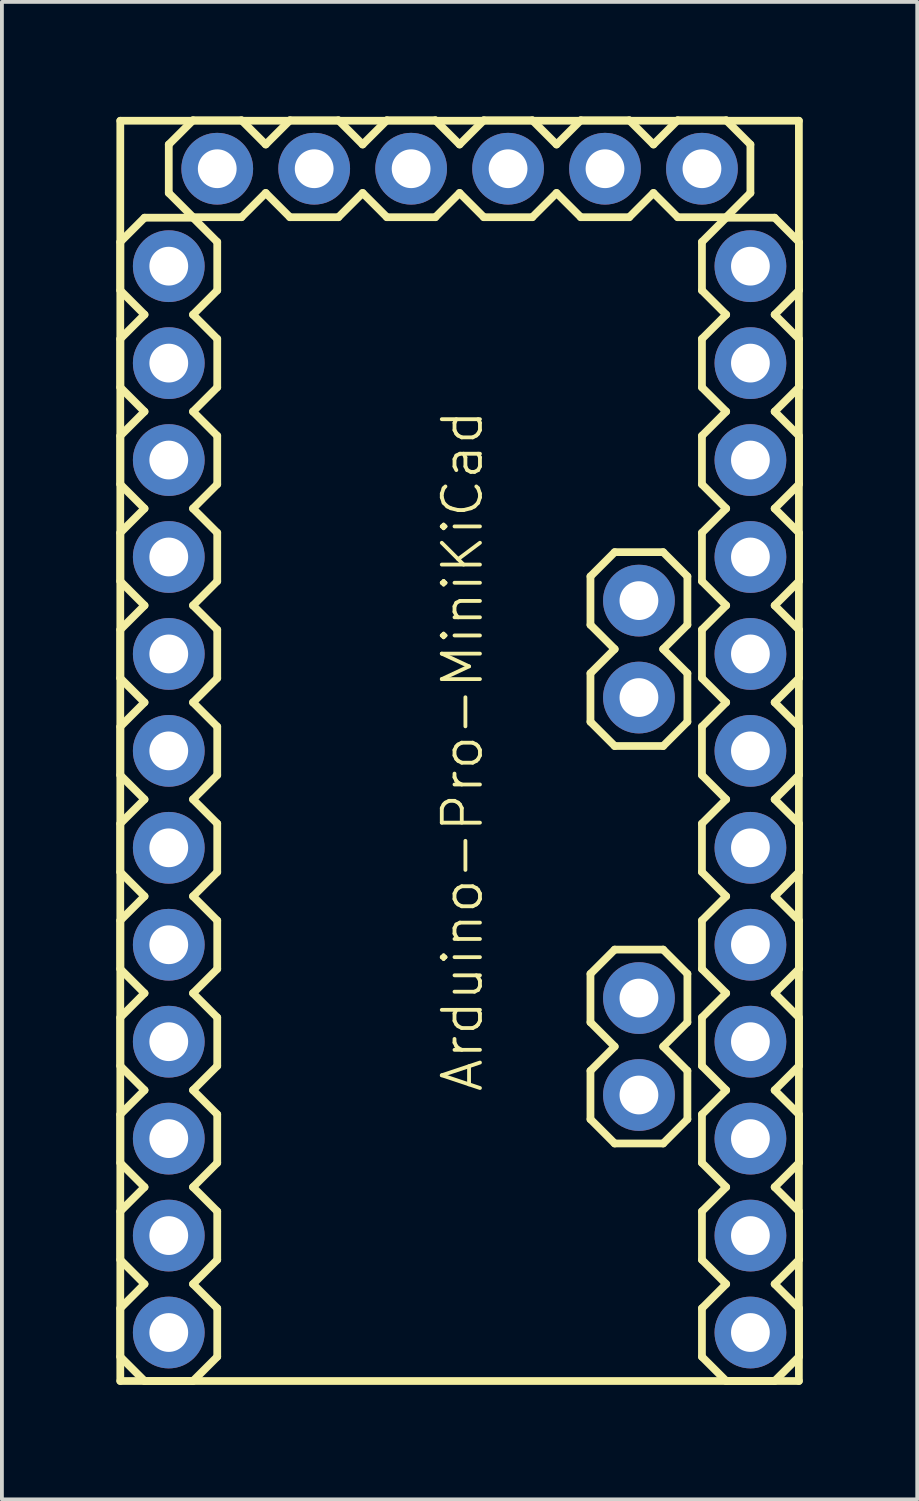
<source format=kicad_pcb>
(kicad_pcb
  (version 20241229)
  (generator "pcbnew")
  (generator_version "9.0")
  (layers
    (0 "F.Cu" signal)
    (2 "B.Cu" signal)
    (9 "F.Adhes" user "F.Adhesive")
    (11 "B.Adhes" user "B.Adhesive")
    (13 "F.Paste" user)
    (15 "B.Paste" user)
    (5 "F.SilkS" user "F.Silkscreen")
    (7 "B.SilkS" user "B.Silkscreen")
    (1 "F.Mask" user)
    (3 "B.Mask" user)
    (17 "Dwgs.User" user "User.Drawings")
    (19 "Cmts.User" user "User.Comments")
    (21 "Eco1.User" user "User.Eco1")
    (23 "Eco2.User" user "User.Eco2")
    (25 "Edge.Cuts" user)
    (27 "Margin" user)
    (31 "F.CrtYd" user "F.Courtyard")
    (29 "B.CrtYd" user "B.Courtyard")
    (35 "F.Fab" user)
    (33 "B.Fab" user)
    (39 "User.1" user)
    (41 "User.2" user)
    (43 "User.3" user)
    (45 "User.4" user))
  (footprint "Arduino-Pro-MiniKiCad"
    (layer "F.Cu")
    (at 8.992 16.624)
    (property "Reference" "Arduino-Pro-MiniKiCad" (at 0.076 0 90) (layer "F.SilkS") (effects (font (size 1 1) (thickness 0.1))))
    (attr through_hole)
    (fp_line (start -8.89 -16.51) (end -8.89 16.51) (stroke (width 0.203) (type solid)) (layer "F.SilkS"))
    (fp_line (start -8.89 16.51) (end 8.89 16.51) (stroke (width 0.203) (type solid)) (layer "F.SilkS"))
    (fp_line (start -8.89 -13.335) (end -8.255 -13.97) (stroke (width 0.203) (type solid)) (layer "F.SilkS"))
    (fp_line (start -8.89 -12.065) (end -8.89 -13.335) (stroke (width 0.203) (type solid)) (layer "F.SilkS"))
    (fp_line (start -8.89 -12.065) (end -8.255 -11.43) (stroke (width 0.203) (type solid)) (layer "F.SilkS"))
    (fp_line (start -8.89 -10.795) (end -8.255 -11.43) (stroke (width 0.203) (type solid)) (layer "F.SilkS"))
    (fp_line (start -8.89 -9.525) (end -8.89 -10.795) (stroke (width 0.203) (type solid)) (layer "F.SilkS"))
    (fp_line (start -8.89 -9.525) (end -8.255 -8.89) (stroke (width 0.203) (type solid)) (layer "F.SilkS"))
    (fp_line (start -8.89 -8.255) (end -8.255 -8.89) (stroke (width 0.203) (type solid)) (layer "F.SilkS"))
    (fp_line (start -8.89 -6.985) (end -8.89 -8.255) (stroke (width 0.203) (type solid)) (layer "F.SilkS"))
    (fp_line (start -8.89 -6.985) (end -8.255 -6.35) (stroke (width 0.203) (type solid)) (layer "F.SilkS"))
    (fp_line (start -8.89 -5.715) (end -8.255 -6.35) (stroke (width 0.203) (type solid)) (layer "F.SilkS"))
    (fp_line (start -8.89 -4.445) (end -8.89 -5.715) (stroke (width 0.203) (type solid)) (layer "F.SilkS"))
    (fp_line (start -8.89 -4.445) (end -8.255 -3.81) (stroke (width 0.203) (type solid)) (layer "F.SilkS"))
    (fp_line (start -8.89 -3.175) (end -8.255 -3.81) (stroke (width 0.203) (type solid)) (layer "F.SilkS"))
    (fp_line (start -8.89 -1.905) (end -8.89 -3.175) (stroke (width 0.203) (type solid)) (layer "F.SilkS"))
    (fp_line (start -8.89 -1.905) (end -8.255 -1.27) (stroke (width 0.203) (type solid)) (layer "F.SilkS"))
    (fp_line (start -8.89 -0.635) (end -8.255 -1.27) (stroke (width 0.203) (type solid)) (layer "F.SilkS"))
    (fp_line (start -8.89 0.635) (end -8.89 -0.635) (stroke (width 0.203) (type solid)) (layer "F.SilkS"))
    (fp_line (start -8.89 0.635) (end -8.255 1.27) (stroke (width 0.203) (type solid)) (layer "F.SilkS"))
    (fp_line (start -8.89 1.905) (end -8.255 1.27) (stroke (width 0.203) (type solid)) (layer "F.SilkS"))
    (fp_line (start -8.89 3.175) (end -8.89 1.905) (stroke (width 0.203) (type solid)) (layer "F.SilkS"))
    (fp_line (start -8.89 4.445) (end -8.255 3.81) (stroke (width 0.203) (type solid)) (layer "F.SilkS"))
    (fp_line (start -8.89 5.715) (end -8.89 4.445) (stroke (width 0.203) (type solid)) (layer "F.SilkS"))
    (fp_line (start -8.89 6.985) (end -8.255 6.35) (stroke (width 0.203) (type solid)) (layer "F.SilkS"))
    (fp_line (start -8.89 8.255) (end -8.89 6.985) (stroke (width 0.203) (type solid)) (layer "F.SilkS"))
    (fp_line (start -8.89 8.255) (end -8.255 8.89) (stroke (width 0.203) (type solid)) (layer "F.SilkS"))
    (fp_line (start -8.89 9.525) (end -8.255 8.89) (stroke (width 0.203) (type solid)) (layer "F.SilkS"))
    (fp_line (start -8.89 10.795) (end -8.89 9.525) (stroke (width 0.203) (type solid)) (layer "F.SilkS"))
    (fp_line (start -8.89 12.065) (end -8.255 11.43) (stroke (width 0.203) (type solid)) (layer "F.SilkS"))
    (fp_line (start -8.89 13.335) (end -8.89 12.065) (stroke (width 0.203) (type solid)) (layer "F.SilkS"))
    (fp_line (start -8.89 14.605) (end -8.255 13.97) (stroke (width 0.203) (type solid)) (layer "F.SilkS"))
    (fp_line (start -8.89 15.875) (end -8.89 14.605) (stroke (width 0.203) (type solid)) (layer "F.SilkS"))
    (fp_line (start -8.89 15.875) (end -8.255 16.51) (stroke (width 0.203) (type solid)) (layer "F.SilkS"))
    (fp_line (start -8.255 -13.97) (end -6.985 -13.97) (stroke (width 0.203) (type solid)) (layer "F.SilkS"))
    (fp_line (start -8.255 3.81) (end -8.89 3.175) (stroke (width 0.203) (type solid)) (layer "F.SilkS"))
    (fp_line (start -8.255 6.35) (end -8.89 5.715) (stroke (width 0.203) (type solid)) (layer "F.SilkS"))
    (fp_line (start -8.255 11.43) (end -8.89 10.795) (stroke (width 0.203) (type solid)) (layer "F.SilkS"))
    (fp_line (start -8.255 13.97) (end -8.89 13.335) (stroke (width 0.203) (type solid)) (layer "F.SilkS"))
    (fp_line (start -8.255 16.51) (end -6.985 16.51) (stroke (width 0.203) (type solid)) (layer "F.SilkS"))
    (fp_line (start -7.62 -15.888) (end -7.62 -14.618) (stroke (width 0.203) (type solid)) (layer "F.SilkS"))
    (fp_line (start -7.62 -14.618) (end -6.985 -13.983) (stroke (width 0.203) (type solid)) (layer "F.SilkS"))
    (fp_line (start -6.985 -16.523) (end -7.62 -15.888) (stroke (width 0.203) (type solid)) (layer "F.SilkS"))
    (fp_line (start -6.985 -16.523) (end -5.715 -16.523) (stroke (width 0.203) (type solid)) (layer "F.SilkS"))
    (fp_line (start -6.985 -13.97) (end -6.35 -13.335) (stroke (width 0.203) (type solid)) (layer "F.SilkS"))
    (fp_line (start -6.985 -11.43) (end -6.35 -12.065) (stroke (width 0.203) (type solid)) (layer "F.SilkS"))
    (fp_line (start -6.985 -11.43) (end -6.35 -10.795) (stroke (width 0.203) (type solid)) (layer "F.SilkS"))
    (fp_line (start -6.985 -8.89) (end -6.35 -9.525) (stroke (width 0.203) (type solid)) (layer "F.SilkS"))
    (fp_line (start -6.985 -8.89) (end -6.35 -8.255) (stroke (width 0.203) (type solid)) (layer "F.SilkS"))
    (fp_line (start -6.985 -6.35) (end -6.35 -6.985) (stroke (width 0.203) (type solid)) (layer "F.SilkS"))
    (fp_line (start -6.985 -6.35) (end -6.35 -5.715) (stroke (width 0.203) (type solid)) (layer "F.SilkS"))
    (fp_line (start -6.985 -3.81) (end -6.35 -4.445) (stroke (width 0.203) (type solid)) (layer "F.SilkS"))
    (fp_line (start -6.985 -3.81) (end -6.35 -3.175) (stroke (width 0.203) (type solid)) (layer "F.SilkS"))
    (fp_line (start -6.985 -1.27) (end -6.35 -1.905) (stroke (width 0.203) (type solid)) (layer "F.SilkS"))
    (fp_line (start -6.985 -1.27) (end -6.35 -0.635) (stroke (width 0.203) (type solid)) (layer "F.SilkS"))
    (fp_line (start -6.985 1.27) (end -6.35 0.635) (stroke (width 0.203) (type solid)) (layer "F.SilkS"))
    (fp_line (start -6.985 1.27) (end -6.35 1.905) (stroke (width 0.203) (type solid)) (layer "F.SilkS"))
    (fp_line (start -6.985 3.81) (end -6.35 4.445) (stroke (width 0.203) (type solid)) (layer "F.SilkS"))
    (fp_line (start -6.985 6.35) (end -6.35 6.985) (stroke (width 0.203) (type solid)) (layer "F.SilkS"))
    (fp_line (start -6.985 8.89) (end -6.35 8.255) (stroke (width 0.203) (type solid)) (layer "F.SilkS"))
    (fp_line (start -6.985 8.89) (end -6.35 9.525) (stroke (width 0.203) (type solid)) (layer "F.SilkS"))
    (fp_line (start -6.985 11.43) (end -6.35 12.065) (stroke (width 0.203) (type solid)) (layer "F.SilkS"))
    (fp_line (start -6.985 13.97) (end -6.35 14.605) (stroke (width 0.203) (type solid)) (layer "F.SilkS"))
    (fp_line (start -6.985 16.51) (end -6.35 15.875) (stroke (width 0.203) (type solid)) (layer "F.SilkS"))
    (fp_line (start -6.35 -13.335) (end -6.35 -12.065) (stroke (width 0.203) (type solid)) (layer "F.SilkS"))
    (fp_line (start -6.35 -10.795) (end -6.35 -9.525) (stroke (width 0.203) (type solid)) (layer "F.SilkS"))
    (fp_line (start -6.35 -8.255) (end -6.35 -6.985) (stroke (width 0.203) (type solid)) (layer "F.SilkS"))
    (fp_line (start -6.35 -5.715) (end -6.35 -4.445) (stroke (width 0.203) (type solid)) (layer "F.SilkS"))
    (fp_line (start -6.35 -3.175) (end -6.35 -1.905) (stroke (width 0.203) (type solid)) (layer "F.SilkS"))
    (fp_line (start -6.35 -0.635) (end -6.35 0.635) (stroke (width 0.203) (type solid)) (layer "F.SilkS"))
    (fp_line (start -6.35 1.905) (end -6.35 3.175) (stroke (width 0.203) (type solid)) (layer "F.SilkS"))
    (fp_line (start -6.35 3.175) (end -6.985 3.81) (stroke (width 0.203) (type solid)) (layer "F.SilkS"))
    (fp_line (start -6.35 4.445) (end -6.35 5.715) (stroke (width 0.203) (type solid)) (layer "F.SilkS"))
    (fp_line (start -6.35 5.715) (end -6.985 6.35) (stroke (width 0.203) (type solid)) (layer "F.SilkS"))
    (fp_line (start -6.35 6.985) (end -6.35 8.255) (stroke (width 0.203) (type solid)) (layer "F.SilkS"))
    (fp_line (start -6.35 9.525) (end -6.35 10.795) (stroke (width 0.203) (type solid)) (layer "F.SilkS"))
    (fp_line (start -6.35 10.795) (end -6.985 11.43) (stroke (width 0.203) (type solid)) (layer "F.SilkS"))
    (fp_line (start -6.35 12.065) (end -6.35 13.335) (stroke (width 0.203) (type solid)) (layer "F.SilkS"))
    (fp_line (start -6.35 13.335) (end -6.985 13.97) (stroke (width 0.203) (type solid)) (layer "F.SilkS"))
    (fp_line (start -6.35 14.605) (end -6.35 15.875) (stroke (width 0.203) (type solid)) (layer "F.SilkS"))
    (fp_line (start -5.715 -16.523) (end -5.08 -15.888) (stroke (width 0.203) (type solid)) (layer "F.SilkS"))
    (fp_line (start -5.715 -13.983) (end -6.985 -13.983) (stroke (width 0.203) (type solid)) (layer "F.SilkS"))
    (fp_line (start -5.08 -15.888) (end -4.445 -16.523) (stroke (width 0.203) (type solid)) (layer "F.SilkS"))
    (fp_line (start -5.08 -14.618) (end -5.715 -13.983) (stroke (width 0.203) (type solid)) (layer "F.SilkS"))
    (fp_line (start -4.445 -16.523) (end -3.175 -16.523) (stroke (width 0.203) (type solid)) (layer "F.SilkS"))
    (fp_line (start -4.445 -13.983) (end -5.08 -14.618) (stroke (width 0.203) (type solid)) (layer "F.SilkS"))
    (fp_line (start -3.175 -16.523) (end -2.54 -15.888) (stroke (width 0.203) (type solid)) (layer "F.SilkS"))
    (fp_line (start -3.175 -13.983) (end -4.445 -13.983) (stroke (width 0.203) (type solid)) (layer "F.SilkS"))
    (fp_line (start -2.54 -15.888) (end -1.905 -16.523) (stroke (width 0.203) (type solid)) (layer "F.SilkS"))
    (fp_line (start -2.54 -14.618) (end -3.175 -13.983) (stroke (width 0.203) (type solid)) (layer "F.SilkS"))
    (fp_line (start -1.905 -16.523) (end -0.635 -16.523) (stroke (width 0.203) (type solid)) (layer "F.SilkS"))
    (fp_line (start -1.905 -13.983) (end -2.54 -14.618) (stroke (width 0.203) (type solid)) (layer "F.SilkS"))
    (fp_line (start -0.635 -16.523) (end 0.000015 -15.888) (stroke (width 0.203) (type solid)) (layer "F.SilkS"))
    (fp_line (start -0.635 -13.983) (end -1.905 -13.983) (stroke (width 0.203) (type solid)) (layer "F.SilkS"))
    (fp_line (start 0.000015 -14.618) (end -0.635 -13.983) (stroke (width 0.203) (type solid)) (layer "F.SilkS"))
    (fp_line (start 0.000015 -14.618) (end 0.635 -13.983) (stroke (width 0.203) (type solid)) (layer "F.SilkS"))
    (fp_line (start 0.635 -16.523) (end 0.000015 -15.888) (stroke (width 0.203) (type solid)) (layer "F.SilkS"))
    (fp_line (start 0.635 -16.523) (end 1.905 -16.523) (stroke (width 0.203) (type solid)) (layer "F.SilkS"))
    (fp_line (start 1.905 -16.523) (end 2.54 -15.888) (stroke (width 0.203) (type solid)) (layer "F.SilkS"))
    (fp_line (start 1.905 -13.983) (end 0.635 -13.983) (stroke (width 0.203) (type solid)) (layer "F.SilkS"))
    (fp_line (start 2.54 -15.888) (end 3.175 -16.523) (stroke (width 0.203) (type solid)) (layer "F.SilkS"))
    (fp_line (start 2.54 -14.618) (end 1.905 -13.983) (stroke (width 0.203) (type solid)) (layer "F.SilkS"))
    (fp_line (start 3.175 -16.523) (end 4.445 -16.523) (stroke (width 0.203) (type solid)) (layer "F.SilkS"))
    (fp_line (start 3.175 -13.983) (end 2.54 -14.618) (stroke (width 0.203) (type solid)) (layer "F.SilkS"))
    (fp_line (start 3.429 -4.572) (end 4.064 -5.207) (stroke (width 0.203) (type solid)) (layer "F.SilkS"))
    (fp_line (start 3.429 -3.302) (end 3.429 -4.572) (stroke (width 0.203) (type solid)) (layer "F.SilkS"))
    (fp_line (start 3.429 -2.032) (end 4.064 -2.667) (stroke (width 0.203) (type solid)) (layer "F.SilkS"))
    (fp_line (start 3.429 -0.762) (end 3.429 -2.032) (stroke (width 0.203) (type solid)) (layer "F.SilkS"))
    (fp_line (start 3.429 -0.762) (end 4.064 -0.127) (stroke (width 0.203) (type solid)) (layer "F.SilkS"))
    (fp_line (start 3.429 5.842) (end 4.064 5.207) (stroke (width 0.203) (type solid)) (layer "F.SilkS"))
    (fp_line (start 3.429 7.112) (end 3.429 5.842) (stroke (width 0.203) (type solid)) (layer "F.SilkS"))
    (fp_line (start 3.429 8.382) (end 4.064 7.747) (stroke (width 0.203) (type solid)) (layer "F.SilkS"))
    (fp_line (start 3.429 9.652) (end 3.429 8.382) (stroke (width 0.203) (type solid)) (layer "F.SilkS"))
    (fp_line (start 3.429 9.652) (end 4.064 10.287) (stroke (width 0.203) (type solid)) (layer "F.SilkS"))
    (fp_line (start 4.064 -5.207) (end 5.334 -5.207) (stroke (width 0.203) (type solid)) (layer "F.SilkS"))
    (fp_line (start 4.064 -2.667) (end 3.429 -3.302) (stroke (width 0.203) (type solid)) (layer "F.SilkS"))
    (fp_line (start 4.064 -0.127) (end 5.334 -0.127) (stroke (width 0.203) (type solid)) (layer "F.SilkS"))
    (fp_line (start 4.064 5.207) (end 5.334 5.207) (stroke (width 0.203) (type solid)) (layer "F.SilkS"))
    (fp_line (start 4.064 7.747) (end 3.429 7.112) (stroke (width 0.203) (type solid)) (layer "F.SilkS"))
    (fp_line (start 4.064 10.287) (end 5.334 10.287) (stroke (width 0.203) (type solid)) (layer "F.SilkS"))
    (fp_line (start 4.445 -16.523) (end 5.08 -15.888) (stroke (width 0.203) (type solid)) (layer "F.SilkS"))
    (fp_line (start 4.445 -13.983) (end 3.175 -13.983) (stroke (width 0.203) (type solid)) (layer "F.SilkS"))
    (fp_line (start 5.08 -15.888) (end 5.715 -16.523) (stroke (width 0.203) (type solid)) (layer "F.SilkS"))
    (fp_line (start 5.08 -14.618) (end 4.445 -13.983) (stroke (width 0.203) (type solid)) (layer "F.SilkS"))
    (fp_line (start 5.334 -5.207) (end 5.969 -4.572) (stroke (width 0.203) (type solid)) (layer "F.SilkS"))
    (fp_line (start 5.334 -2.667) (end 5.969 -2.032) (stroke (width 0.203) (type solid)) (layer "F.SilkS"))
    (fp_line (start 5.334 -0.127) (end 5.969 -0.762) (stroke (width 0.203) (type solid)) (layer "F.SilkS"))
    (fp_line (start 5.334 5.207) (end 5.969 5.842) (stroke (width 0.203) (type solid)) (layer "F.SilkS"))
    (fp_line (start 5.334 7.747) (end 5.969 8.382) (stroke (width 0.203) (type solid)) (layer "F.SilkS"))
    (fp_line (start 5.334 10.287) (end 5.969 9.652) (stroke (width 0.203) (type solid)) (layer "F.SilkS"))
    (fp_line (start 5.715 -16.523) (end 6.985 -16.523) (stroke (width 0.203) (type solid)) (layer "F.SilkS"))
    (fp_line (start 5.715 -13.983) (end 5.08 -14.618) (stroke (width 0.203) (type solid)) (layer "F.SilkS"))
    (fp_line (start 5.969 -4.572) (end 5.969 -3.302) (stroke (width 0.203) (type solid)) (layer "F.SilkS"))
    (fp_line (start 5.969 -3.302) (end 5.334 -2.667) (stroke (width 0.203) (type solid)) (layer "F.SilkS"))
    (fp_line (start 5.969 -2.032) (end 5.969 -0.762) (stroke (width 0.203) (type solid)) (layer "F.SilkS"))
    (fp_line (start 5.969 5.842) (end 5.969 7.112) (stroke (width 0.203) (type solid)) (layer "F.SilkS"))
    (fp_line (start 5.969 7.112) (end 5.334 7.747) (stroke (width 0.203) (type solid)) (layer "F.SilkS"))
    (fp_line (start 5.969 8.382) (end 5.969 9.652) (stroke (width 0.203) (type solid)) (layer "F.SilkS"))
    (fp_line (start 6.35 -12.065) (end 6.35 -13.335) (stroke (width 0.203) (type solid)) (layer "F.SilkS"))
    (fp_line (start 6.35 -10.795) (end 6.985 -11.43) (stroke (width 0.203) (type solid)) (layer "F.SilkS"))
    (fp_line (start 6.35 -9.525) (end 6.35 -10.795) (stroke (width 0.203) (type solid)) (layer "F.SilkS"))
    (fp_line (start 6.35 -8.255) (end 6.985 -8.89) (stroke (width 0.203) (type solid)) (layer "F.SilkS"))
    (fp_line (start 6.35 -6.985) (end 6.35 -8.255) (stroke (width 0.203) (type solid)) (layer "F.SilkS"))
    (fp_line (start 6.35 -4.445) (end 6.35 -5.715) (stroke (width 0.203) (type solid)) (layer "F.SilkS"))
    (fp_line (start 6.35 -3.175) (end 6.985 -3.81) (stroke (width 0.203) (type solid)) (layer "F.SilkS"))
    (fp_line (start 6.35 -1.905) (end 6.35 -3.175) (stroke (width 0.203) (type solid)) (layer "F.SilkS"))
    (fp_line (start 6.35 -0.635) (end 6.985 -1.27) (stroke (width 0.203) (type solid)) (layer "F.SilkS"))
    (fp_line (start 6.35 0.635) (end 6.35 -0.635) (stroke (width 0.203) (type solid)) (layer "F.SilkS"))
    (fp_line (start 6.35 3.175) (end 6.35 1.905) (stroke (width 0.203) (type solid)) (layer "F.SilkS"))
    (fp_line (start 6.35 5.715) (end 6.35 4.445) (stroke (width 0.203) (type solid)) (layer "F.SilkS"))
    (fp_line (start 6.35 8.255) (end 6.35 6.985) (stroke (width 0.203) (type solid)) (layer "F.SilkS"))
    (fp_line (start 6.35 10.795) (end 6.35 9.525) (stroke (width 0.203) (type solid)) (layer "F.SilkS"))
    (fp_line (start 6.35 13.335) (end 6.35 12.065) (stroke (width 0.203) (type solid)) (layer "F.SilkS"))
    (fp_line (start 6.35 15.875) (end 6.35 14.605) (stroke (width 0.203) (type solid)) (layer "F.SilkS"))
    (fp_line (start 6.985 -16.523) (end 7.62 -15.888) (stroke (width 0.203) (type solid)) (layer "F.SilkS"))
    (fp_line (start 6.985 -13.983) (end 5.715 -13.983) (stroke (width 0.203) (type solid)) (layer "F.SilkS"))
    (fp_line (start 6.985 -13.97) (end 6.35 -13.335) (stroke (width 0.203) (type solid)) (layer "F.SilkS"))
    (fp_line (start 6.985 -11.43) (end 6.35 -12.065) (stroke (width 0.203) (type solid)) (layer "F.SilkS"))
    (fp_line (start 6.985 -8.89) (end 6.35 -9.525) (stroke (width 0.203) (type solid)) (layer "F.SilkS"))
    (fp_line (start 6.985 -6.35) (end 6.35 -6.985) (stroke (width 0.203) (type solid)) (layer "F.SilkS"))
    (fp_line (start 6.985 -6.35) (end 6.35 -5.715) (stroke (width 0.203) (type solid)) (layer "F.SilkS"))
    (fp_line (start 6.985 -3.81) (end 6.35 -4.445) (stroke (width 0.203) (type solid)) (layer "F.SilkS"))
    (fp_line (start 6.985 -1.27) (end 6.35 -1.905) (stroke (width 0.203) (type solid)) (layer "F.SilkS"))
    (fp_line (start 6.985 1.27) (end 6.35 0.635) (stroke (width 0.203) (type solid)) (layer "F.SilkS"))
    (fp_line (start 6.985 1.27) (end 6.35 1.905) (stroke (width 0.203) (type solid)) (layer "F.SilkS"))
    (fp_line (start 6.985 3.81) (end 6.35 3.175) (stroke (width 0.203) (type solid)) (layer "F.SilkS"))
    (fp_line (start 6.985 3.81) (end 6.35 4.445) (stroke (width 0.203) (type solid)) (layer "F.SilkS"))
    (fp_line (start 6.985 6.35) (end 6.35 5.715) (stroke (width 0.203) (type solid)) (layer "F.SilkS"))
    (fp_line (start 6.985 6.35) (end 6.35 6.985) (stroke (width 0.203) (type solid)) (layer "F.SilkS"))
    (fp_line (start 6.985 8.89) (end 6.35 8.255) (stroke (width 0.203) (type solid)) (layer "F.SilkS"))
    (fp_line (start 6.985 8.89) (end 6.35 9.525) (stroke (width 0.203) (type solid)) (layer "F.SilkS"))
    (fp_line (start 6.985 11.43) (end 6.35 10.795) (stroke (width 0.203) (type solid)) (layer "F.SilkS"))
    (fp_line (start 6.985 11.43) (end 6.35 12.065) (stroke (width 0.203) (type solid)) (layer "F.SilkS"))
    (fp_line (start 6.985 13.97) (end 6.35 13.335) (stroke (width 0.203) (type solid)) (layer "F.SilkS"))
    (fp_line (start 6.985 13.97) (end 6.35 14.605) (stroke (width 0.203) (type solid)) (layer "F.SilkS"))
    (fp_line (start 6.985 16.51) (end 6.35 15.875) (stroke (width 0.203) (type solid)) (layer "F.SilkS"))
    (fp_line (start 7.62 -15.888) (end 7.62 -14.618) (stroke (width 0.203) (type solid)) (layer "F.SilkS"))
    (fp_line (start 7.62 -14.618) (end 6.985 -13.983) (stroke (width 0.203) (type solid)) (layer "F.SilkS"))
    (fp_line (start 8.255 -13.97) (end 6.985 -13.97) (stroke (width 0.203) (type solid)) (layer "F.SilkS"))
    (fp_line (start 8.255 -11.43) (end 8.89 -10.795) (stroke (width 0.203) (type solid)) (layer "F.SilkS"))
    (fp_line (start 8.255 -8.89) (end 8.89 -8.255) (stroke (width 0.203) (type solid)) (layer "F.SilkS"))
    (fp_line (start 8.255 -3.81) (end 8.89 -3.175) (stroke (width 0.203) (type solid)) (layer "F.SilkS"))
    (fp_line (start 8.255 -1.27) (end 8.89 -0.635) (stroke (width 0.203) (type solid)) (layer "F.SilkS"))
    (fp_line (start 8.255 16.51) (end 6.985 16.51) (stroke (width 0.203) (type solid)) (layer "F.SilkS"))
    (fp_line (start 8.89 -16.51) (end -8.89 -16.51) (stroke (width 0.203) (type solid)) (layer "F.SilkS"))
    (fp_line (start 8.89 16.51) (end 8.89 -16.51) (stroke (width 0.203) (type solid)) (layer "F.SilkS"))
    (fp_line (start 8.89 -13.335) (end 8.255 -13.97) (stroke (width 0.203) (type solid)) (layer "F.SilkS"))
    (fp_line (start 8.89 -13.335) (end 8.89 -12.065) (stroke (width 0.203) (type solid)) (layer "F.SilkS"))
    (fp_line (start 8.89 -12.065) (end 8.255 -11.43) (stroke (width 0.203) (type solid)) (layer "F.SilkS"))
    (fp_line (start 8.89 -10.795) (end 8.89 -9.525) (stroke (width 0.203) (type solid)) (layer "F.SilkS"))
    (fp_line (start 8.89 -9.525) (end 8.255 -8.89) (stroke (width 0.203) (type solid)) (layer "F.SilkS"))
    (fp_line (start 8.89 -8.255) (end 8.89 -6.985) (stroke (width 0.203) (type solid)) (layer "F.SilkS"))
    (fp_line (start 8.89 -6.985) (end 8.255 -6.35) (stroke (width 0.203) (type solid)) (layer "F.SilkS"))
    (fp_line (start 8.89 -5.715) (end 8.255 -6.35) (stroke (width 0.203) (type solid)) (layer "F.SilkS"))
    (fp_line (start 8.89 -5.715) (end 8.89 -4.445) (stroke (width 0.203) (type solid)) (layer "F.SilkS"))
    (fp_line (start 8.89 -4.445) (end 8.255 -3.81) (stroke (width 0.203) (type solid)) (layer "F.SilkS"))
    (fp_line (start 8.89 -3.175) (end 8.89 -1.905) (stroke (width 0.203) (type solid)) (layer "F.SilkS"))
    (fp_line (start 8.89 -1.905) (end 8.255 -1.27) (stroke (width 0.203) (type solid)) (layer "F.SilkS"))
    (fp_line (start 8.89 -0.635) (end 8.89 0.635) (stroke (width 0.203) (type solid)) (layer "F.SilkS"))
    (fp_line (start 8.89 0.635) (end 8.255 1.27) (stroke (width 0.203) (type solid)) (layer "F.SilkS"))
    (fp_line (start 8.89 1.905) (end 8.255 1.27) (stroke (width 0.203) (type solid)) (layer "F.SilkS"))
    (fp_line (start 8.89 1.905) (end 8.89 3.175) (stroke (width 0.203) (type solid)) (layer "F.SilkS"))
    (fp_line (start 8.89 3.175) (end 8.255 3.81) (stroke (width 0.203) (type solid)) (layer "F.SilkS"))
    (fp_line (start 8.89 4.445) (end 8.255 3.81) (stroke (width 0.203) (type solid)) (layer "F.SilkS"))
    (fp_line (start 8.89 4.445) (end 8.89 5.715) (stroke (width 0.203) (type solid)) (layer "F.SilkS"))
    (fp_line (start 8.89 5.715) (end 8.255 6.35) (stroke (width 0.203) (type solid)) (layer "F.SilkS"))
    (fp_line (start 8.89 6.985) (end 8.255 6.35) (stroke (width 0.203) (type solid)) (layer "F.SilkS"))
    (fp_line (start 8.89 6.985) (end 8.89 8.255) (stroke (width 0.203) (type solid)) (layer "F.SilkS"))
    (fp_line (start 8.89 8.255) (end 8.255 8.89) (stroke (width 0.203) (type solid)) (layer "F.SilkS"))
    (fp_line (start 8.89 9.525) (end 8.255 8.89) (stroke (width 0.203) (type solid)) (layer "F.SilkS"))
    (fp_line (start 8.89 9.525) (end 8.89 10.795) (stroke (width 0.203) (type solid)) (layer "F.SilkS"))
    (fp_line (start 8.89 10.795) (end 8.255 11.43) (stroke (width 0.203) (type solid)) (layer "F.SilkS"))
    (fp_line (start 8.89 12.065) (end 8.255 11.43) (stroke (width 0.203) (type solid)) (layer "F.SilkS"))
    (fp_line (start 8.89 12.065) (end 8.89 13.335) (stroke (width 0.203) (type solid)) (layer "F.SilkS"))
    (fp_line (start 8.89 13.335) (end 8.255 13.97) (stroke (width 0.203) (type solid)) (layer "F.SilkS"))
    (fp_line (start 8.89 14.605) (end 8.255 13.97) (stroke (width 0.203) (type solid)) (layer "F.SilkS"))
    (fp_line (start 8.89 14.605) (end 8.89 15.875) (stroke (width 0.203) (type solid)) (layer "F.SilkS"))
    (fp_line (start 8.89 15.875) (end 8.255 16.51) (stroke (width 0.203) (type solid)) (layer "F.SilkS"))
    (fp_line (start -7.874 -12.954) (end -7.874 -12.446) (stroke (width 0.127) (type solid)) (layer "Cmts.User"))
    (fp_line (start -7.874 -12.446) (end -7.366 -12.446) (stroke (width 0.127) (type solid)) (layer "Cmts.User"))
    (fp_line (start -7.874 -10.414) (end -7.874 -9.906) (stroke (width 0.127) (type solid)) (layer "Cmts.User"))
    (fp_line (start -7.874 -9.906) (end -7.366 -9.906) (stroke (width 0.127) (type solid)) (layer "Cmts.User"))
    (fp_line (start -7.874 -7.874) (end -7.874 -7.366) (stroke (width 0.127) (type solid)) (layer "Cmts.User"))
    (fp_line (start -7.874 -7.366) (end -7.366 -7.366) (stroke (width 0.127) (type solid)) (layer "Cmts.User"))
    (fp_line (start -7.874 -5.334) (end -7.874 -4.826) (stroke (width 0.127) (type solid)) (layer "Cmts.User"))
    (fp_line (start -7.874 -4.826) (end -7.366 -4.826) (stroke (width 0.127) (type solid)) (layer "Cmts.User"))
    (fp_line (start -7.874 -2.794) (end -7.874 -2.286) (stroke (width 0.127) (type solid)) (layer "Cmts.User"))
    (fp_line (start -7.874 -2.286) (end -7.366 -2.286) (stroke (width 0.127) (type solid)) (layer "Cmts.User"))
    (fp_line (start -7.874 -0.254) (end -7.874 0.254) (stroke (width 0.127) (type solid)) (layer "Cmts.User"))
    (fp_line (start -7.874 0.254) (end -7.366 0.254) (stroke (width 0.127) (type solid)) (layer "Cmts.User"))
    (fp_line (start -7.874 2.286) (end -7.874 2.794) (stroke (width 0.127) (type solid)) (layer "Cmts.User"))
    (fp_line (start -7.874 2.794) (end -7.366 2.794) (stroke (width 0.127) (type solid)) (layer "Cmts.User"))
    (fp_line (start -7.874 4.826) (end -7.874 5.334) (stroke (width 0.127) (type solid)) (layer "Cmts.User"))
    (fp_line (start -7.874 5.334) (end -7.366 5.334) (stroke (width 0.127) (type solid)) (layer "Cmts.User"))
    (fp_line (start -7.874 7.366) (end -7.874 7.874) (stroke (width 0.127) (type solid)) (layer "Cmts.User"))
    (fp_line (start -7.874 7.874) (end -7.366 7.874) (stroke (width 0.127) (type solid)) (layer "Cmts.User"))
    (fp_line (start -7.874 9.906) (end -7.874 10.414) (stroke (width 0.127) (type solid)) (layer "Cmts.User"))
    (fp_line (start -7.874 10.414) (end -7.366 10.414) (stroke (width 0.127) (type solid)) (layer "Cmts.User"))
    (fp_line (start -7.874 12.446) (end -7.874 12.954) (stroke (width 0.127) (type solid)) (layer "Cmts.User"))
    (fp_line (start -7.874 12.954) (end -7.366 12.954) (stroke (width 0.127) (type solid)) (layer "Cmts.User"))
    (fp_line (start -7.874 14.986) (end -7.874 15.494) (stroke (width 0.127) (type solid)) (layer "Cmts.User"))
    (fp_line (start -7.874 15.494) (end -7.366 15.494) (stroke (width 0.127) (type solid)) (layer "Cmts.User"))
    (fp_line (start -7.366 -12.954) (end -7.874 -12.954) (stroke (width 0.127) (type solid)) (layer "Cmts.User"))
    (fp_line (start -7.366 -12.446) (end -7.366 -12.954) (stroke (width 0.127) (type solid)) (layer "Cmts.User"))
    (fp_line (start -7.366 -10.414) (end -7.874 -10.414) (stroke (width 0.127) (type solid)) (layer "Cmts.User"))
    (fp_line (start -7.366 -9.906) (end -7.366 -10.414) (stroke (width 0.127) (type solid)) (layer "Cmts.User"))
    (fp_line (start -7.366 -7.874) (end -7.874 -7.874) (stroke (width 0.127) (type solid)) (layer "Cmts.User"))
    (fp_line (start -7.366 -7.366) (end -7.366 -7.874) (stroke (width 0.127) (type solid)) (layer "Cmts.User"))
    (fp_line (start -7.366 -5.334) (end -7.874 -5.334) (stroke (width 0.127) (type solid)) (layer "Cmts.User"))
    (fp_line (start -7.366 -4.826) (end -7.366 -5.334) (stroke (width 0.127) (type solid)) (layer "Cmts.User"))
    (fp_line (start -7.366 -2.794) (end -7.874 -2.794) (stroke (width 0.127) (type solid)) (layer "Cmts.User"))
    (fp_line (start -7.366 -2.286) (end -7.366 -2.794) (stroke (width 0.127) (type solid)) (layer "Cmts.User"))
    (fp_line (start -7.366 -0.254) (end -7.874 -0.254) (stroke (width 0.127) (type solid)) (layer "Cmts.User"))
    (fp_line (start -7.366 0.254) (end -7.366 -0.254) (stroke (width 0.127) (type solid)) (layer "Cmts.User"))
    (fp_line (start -7.366 2.286) (end -7.874 2.286) (stroke (width 0.127) (type solid)) (layer "Cmts.User"))
    (fp_line (start -7.366 2.794) (end -7.366 2.286) (stroke (width 0.127) (type solid)) (layer "Cmts.User"))
    (fp_line (start -7.366 4.826) (end -7.874 4.826) (stroke (width 0.127) (type solid)) (layer "Cmts.User"))
    (fp_line (start -7.366 5.334) (end -7.366 4.826) (stroke (width 0.127) (type solid)) (layer "Cmts.User"))
    (fp_line (start -7.366 7.366) (end -7.874 7.366) (stroke (width 0.127) (type solid)) (layer "Cmts.User"))
    (fp_line (start -7.366 7.874) (end -7.366 7.366) (stroke (width 0.127) (type solid)) (layer "Cmts.User"))
    (fp_line (start -7.366 9.906) (end -7.874 9.906) (stroke (width 0.127) (type solid)) (layer "Cmts.User"))
    (fp_line (start -7.366 10.414) (end -7.366 9.906) (stroke (width 0.127) (type solid)) (layer "Cmts.User"))
    (fp_line (start -7.366 12.446) (end -7.874 12.446) (stroke (width 0.127) (type solid)) (layer "Cmts.User"))
    (fp_line (start -7.366 12.954) (end -7.366 12.446) (stroke (width 0.127) (type solid)) (layer "Cmts.User"))
    (fp_line (start -7.366 14.986) (end -7.874 14.986) (stroke (width 0.127) (type solid)) (layer "Cmts.User"))
    (fp_line (start -7.366 15.494) (end -7.366 14.986) (stroke (width 0.127) (type solid)) (layer "Cmts.User"))
    (fp_line (start -6.604 -15.507) (end -6.604 -14.999) (stroke (width 0.127) (type solid)) (layer "Cmts.User"))
    (fp_line (start -6.604 -14.999) (end -6.096 -14.999) (stroke (width 0.127) (type solid)) (layer "Cmts.User"))
    (fp_line (start -6.096 -15.507) (end -6.604 -15.507) (stroke (width 0.127) (type solid)) (layer "Cmts.User"))
    (fp_line (start -6.096 -14.999) (end -6.096 -15.507) (stroke (width 0.127) (type solid)) (layer "Cmts.User"))
    (fp_line (start -4.064 -15.507) (end -4.064 -14.999) (stroke (width 0.127) (type solid)) (layer "Cmts.User"))
    (fp_line (start -4.064 -14.999) (end -3.556 -14.999) (stroke (width 0.127) (type solid)) (layer "Cmts.User"))
    (fp_line (start -3.556 -15.507) (end -4.064 -15.507) (stroke (width 0.127) (type solid)) (layer "Cmts.User"))
    (fp_line (start -3.556 -14.999) (end -3.556 -15.507) (stroke (width 0.127) (type solid)) (layer "Cmts.User"))
    (fp_line (start -1.524 -15.507) (end -1.524 -14.999) (stroke (width 0.127) (type solid)) (layer "Cmts.User"))
    (fp_line (start -1.524 -14.999) (end -1.016 -14.999) (stroke (width 0.127) (type solid)) (layer "Cmts.User"))
    (fp_line (start -1.016 -15.507) (end -1.524 -15.507) (stroke (width 0.127) (type solid)) (layer "Cmts.User"))
    (fp_line (start -1.016 -14.999) (end -1.016 -15.507) (stroke (width 0.127) (type solid)) (layer "Cmts.User"))
    (fp_line (start 1.016 -15.507) (end 1.016 -14.999) (stroke (width 0.127) (type solid)) (layer "Cmts.User"))
    (fp_line (start 1.016 -14.999) (end 1.524 -14.999) (stroke (width 0.127) (type solid)) (layer "Cmts.User"))
    (fp_line (start 1.524 -15.507) (end 1.016 -15.507) (stroke (width 0.127) (type solid)) (layer "Cmts.User"))
    (fp_line (start 1.524 -14.999) (end 1.524 -15.507) (stroke (width 0.127) (type solid)) (layer "Cmts.User"))
    (fp_line (start 3.556 -15.507) (end 3.556 -14.999) (stroke (width 0.127) (type solid)) (layer "Cmts.User"))
    (fp_line (start 3.556 -14.999) (end 4.064 -14.999) (stroke (width 0.127) (type solid)) (layer "Cmts.User"))
    (fp_line (start 4.064 -15.507) (end 3.556 -15.507) (stroke (width 0.127) (type solid)) (layer "Cmts.User"))
    (fp_line (start 4.064 -14.999) (end 4.064 -15.507) (stroke (width 0.127) (type solid)) (layer "Cmts.User"))
    (fp_line (start 4.445 -4.191) (end 4.445 -3.683) (stroke (width 0.127) (type solid)) (layer "Cmts.User"))
    (fp_line (start 4.445 -3.683) (end 4.953 -3.683) (stroke (width 0.127) (type solid)) (layer "Cmts.User"))
    (fp_line (start 4.445 -1.651) (end 4.445 -1.143) (stroke (width 0.127) (type solid)) (layer "Cmts.User"))
    (fp_line (start 4.445 -1.143) (end 4.953 -1.143) (stroke (width 0.127) (type solid)) (layer "Cmts.User"))
    (fp_line (start 4.445 6.223) (end 4.445 6.731) (stroke (width 0.127) (type solid)) (layer "Cmts.User"))
    (fp_line (start 4.445 6.731) (end 4.953 6.731) (stroke (width 0.127) (type solid)) (layer "Cmts.User"))
    (fp_line (start 4.445 8.763) (end 4.445 9.271) (stroke (width 0.127) (type solid)) (layer "Cmts.User"))
    (fp_line (start 4.445 9.271) (end 4.953 9.271) (stroke (width 0.127) (type solid)) (layer "Cmts.User"))
    (fp_line (start 4.953 -4.191) (end 4.445 -4.191) (stroke (width 0.127) (type solid)) (layer "Cmts.User"))
    (fp_line (start 4.953 -3.683) (end 4.953 -4.191) (stroke (width 0.127) (type solid)) (layer "Cmts.User"))
    (fp_line (start 4.953 -1.651) (end 4.445 -1.651) (stroke (width 0.127) (type solid)) (layer "Cmts.User"))
    (fp_line (start 4.953 -1.143) (end 4.953 -1.651) (stroke (width 0.127) (type solid)) (layer "Cmts.User"))
    (fp_line (start 4.953 6.223) (end 4.445 6.223) (stroke (width 0.127) (type solid)) (layer "Cmts.User"))
    (fp_line (start 4.953 6.731) (end 4.953 6.223) (stroke (width 0.127) (type solid)) (layer "Cmts.User"))
    (fp_line (start 4.953 8.763) (end 4.445 8.763) (stroke (width 0.127) (type solid)) (layer "Cmts.User"))
    (fp_line (start 4.953 9.271) (end 4.953 8.763) (stroke (width 0.127) (type solid)) (layer "Cmts.User"))
    (fp_line (start 6.096 -15.507) (end 6.096 -14.999) (stroke (width 0.127) (type solid)) (layer "Cmts.User"))
    (fp_line (start 6.096 -14.999) (end 6.604 -14.999) (stroke (width 0.127) (type solid)) (layer "Cmts.User"))
    (fp_line (start 6.604 -15.507) (end 6.096 -15.507) (stroke (width 0.127) (type solid)) (layer "Cmts.User"))
    (fp_line (start 6.604 -14.999) (end 6.604 -15.507) (stroke (width 0.127) (type solid)) (layer "Cmts.User"))
    (fp_line (start 7.366 -12.954) (end 7.366 -12.446) (stroke (width 0.127) (type solid)) (layer "Cmts.User"))
    (fp_line (start 7.366 -12.446) (end 7.874 -12.446) (stroke (width 0.127) (type solid)) (layer "Cmts.User"))
    (fp_line (start 7.366 -10.414) (end 7.366 -9.906) (stroke (width 0.127) (type solid)) (layer "Cmts.User"))
    (fp_line (start 7.366 -9.906) (end 7.874 -9.906) (stroke (width 0.127) (type solid)) (layer "Cmts.User"))
    (fp_line (start 7.366 -7.874) (end 7.366 -7.366) (stroke (width 0.127) (type solid)) (layer "Cmts.User"))
    (fp_line (start 7.366 -7.366) (end 7.874 -7.366) (stroke (width 0.127) (type solid)) (layer "Cmts.User"))
    (fp_line (start 7.366 -5.334) (end 7.366 -4.826) (stroke (width 0.127) (type solid)) (layer "Cmts.User"))
    (fp_line (start 7.366 -4.826) (end 7.874 -4.826) (stroke (width 0.127) (type solid)) (layer "Cmts.User"))
    (fp_line (start 7.366 -2.794) (end 7.366 -2.286) (stroke (width 0.127) (type solid)) (layer "Cmts.User"))
    (fp_line (start 7.366 -2.286) (end 7.874 -2.286) (stroke (width 0.127) (type solid)) (layer "Cmts.User"))
    (fp_line (start 7.366 -0.254) (end 7.366 0.254) (stroke (width 0.127) (type solid)) (layer "Cmts.User"))
    (fp_line (start 7.366 0.254) (end 7.874 0.254) (stroke (width 0.127) (type solid)) (layer "Cmts.User"))
    (fp_line (start 7.366 2.286) (end 7.366 2.794) (stroke (width 0.127) (type solid)) (layer "Cmts.User"))
    (fp_line (start 7.366 2.794) (end 7.874 2.794) (stroke (width 0.127) (type solid)) (layer "Cmts.User"))
    (fp_line (start 7.366 4.826) (end 7.366 5.334) (stroke (width 0.127) (type solid)) (layer "Cmts.User"))
    (fp_line (start 7.366 5.334) (end 7.874 5.334) (stroke (width 0.127) (type solid)) (layer "Cmts.User"))
    (fp_line (start 7.366 7.366) (end 7.366 7.874) (stroke (width 0.127) (type solid)) (layer "Cmts.User"))
    (fp_line (start 7.366 7.874) (end 7.874 7.874) (stroke (width 0.127) (type solid)) (layer "Cmts.User"))
    (fp_line (start 7.366 9.906) (end 7.366 10.414) (stroke (width 0.127) (type solid)) (layer "Cmts.User"))
    (fp_line (start 7.366 10.414) (end 7.874 10.414) (stroke (width 0.127) (type solid)) (layer "Cmts.User"))
    (fp_line (start 7.366 12.446) (end 7.366 12.954) (stroke (width 0.127) (type solid)) (layer "Cmts.User"))
    (fp_line (start 7.366 12.954) (end 7.874 12.954) (stroke (width 0.127) (type solid)) (layer "Cmts.User"))
    (fp_line (start 7.366 14.986) (end 7.366 15.494) (stroke (width 0.127) (type solid)) (layer "Cmts.User"))
    (fp_line (start 7.366 15.494) (end 7.874 15.494) (stroke (width 0.127) (type solid)) (layer "Cmts.User"))
    (fp_line (start 7.874 -12.954) (end 7.366 -12.954) (stroke (width 0.127) (type solid)) (layer "Cmts.User"))
    (fp_line (start 7.874 -12.446) (end 7.874 -12.954) (stroke (width 0.127) (type solid)) (layer "Cmts.User"))
    (fp_line (start 7.874 -10.414) (end 7.366 -10.414) (stroke (width 0.127) (type solid)) (layer "Cmts.User"))
    (fp_line (start 7.874 -9.906) (end 7.874 -10.414) (stroke (width 0.127) (type solid)) (layer "Cmts.User"))
    (fp_line (start 7.874 -7.874) (end 7.366 -7.874) (stroke (width 0.127) (type solid)) (layer "Cmts.User"))
    (fp_line (start 7.874 -7.366) (end 7.874 -7.874) (stroke (width 0.127) (type solid)) (layer "Cmts.User"))
    (fp_line (start 7.874 -5.334) (end 7.366 -5.334) (stroke (width 0.127) (type solid)) (layer "Cmts.User"))
    (fp_line (start 7.874 -4.826) (end 7.874 -5.334) (stroke (width 0.127) (type solid)) (layer "Cmts.User"))
    (fp_line (start 7.874 -2.794) (end 7.366 -2.794) (stroke (width 0.127) (type solid)) (layer "Cmts.User"))
    (fp_line (start 7.874 -2.286) (end 7.874 -2.794) (stroke (width 0.127) (type solid)) (layer "Cmts.User"))
    (fp_line (start 7.874 -0.254) (end 7.366 -0.254) (stroke (width 0.127) (type solid)) (layer "Cmts.User"))
    (fp_line (start 7.874 0.254) (end 7.874 -0.254) (stroke (width 0.127) (type solid)) (layer "Cmts.User"))
    (fp_line (start 7.874 2.286) (end 7.366 2.286) (stroke (width 0.127) (type solid)) (layer "Cmts.User"))
    (fp_line (start 7.874 2.794) (end 7.874 2.286) (stroke (width 0.127) (type solid)) (layer "Cmts.User"))
    (fp_line (start 7.874 4.826) (end 7.366 4.826) (stroke (width 0.127) (type solid)) (layer "Cmts.User"))
    (fp_line (start 7.874 5.334) (end 7.874 4.826) (stroke (width 0.127) (type solid)) (layer "Cmts.User"))
    (fp_line (start 7.874 7.366) (end 7.366 7.366) (stroke (width 0.127) (type solid)) (layer "Cmts.User"))
    (fp_line (start 7.874 7.874) (end 7.874 7.366) (stroke (width 0.127) (type solid)) (layer "Cmts.User"))
    (fp_line (start 7.874 9.906) (end 7.366 9.906) (stroke (width 0.127) (type solid)) (layer "Cmts.User"))
    (fp_line (start 7.874 10.414) (end 7.874 9.906) (stroke (width 0.127) (type solid)) (layer "Cmts.User"))
    (fp_line (start 7.874 12.446) (end 7.366 12.446) (stroke (width 0.127) (type solid)) (layer "Cmts.User"))
    (fp_line (start 7.874 12.954) (end 7.874 12.446) (stroke (width 0.127) (type solid)) (layer "Cmts.User"))
    (fp_line (start 7.874 14.986) (end 7.366 14.986) (stroke (width 0.127) (type solid)) (layer "Cmts.User"))
    (fp_line (start 7.874 15.494) (end 7.874 14.986) (stroke (width 0.127) (type solid)) (layer "Cmts.User"))
    (pad "1" thru_hole oval (at -6.35 -15.253 90) (size 1.88 1.88) (drill 1.016) (layers "*.Cu" "*.Mask"))
    (pad "2" thru_hole oval (at -3.81 -15.253 90) (size 1.88 1.88) (drill 1.016) (layers "*.Cu" "*.Mask"))
    (pad "3" thru_hole oval (at -1.27 -15.253 90) (size 1.88 1.88) (drill 1.016) (layers "*.Cu" "*.Mask"))
    (pad "4" thru_hole oval (at 1.27 -15.253 90) (size 1.88 1.88) (drill 1.016) (layers "*.Cu" "*.Mask"))
    (pad "5" thru_hole oval (at 3.81 -15.253 90) (size 1.88 1.88) (drill 1.016) (layers "*.Cu" "*.Mask"))
    (pad "6" thru_hole oval (at 6.35 -15.253 90) (size 1.88 1.88) (drill 1.016) (layers "*.Cu" "*.Mask"))
    (pad "7" thru_hole oval (at -7.62 -12.7 180) (size 1.88 1.88) (drill 1.016) (layers "*.Cu" "*.Mask"))
    (pad "8" thru_hole oval (at -7.62 -10.16 180) (size 1.88 1.88) (drill 1.016) (layers "*.Cu" "*.Mask"))
    (pad "9" thru_hole oval (at -7.62 -7.62 180) (size 1.88 1.88) (drill 1.016) (layers "*.Cu" "*.Mask"))
    (pad "10" thru_hole oval (at -7.62 -5.08 180) (size 1.88 1.88) (drill 1.016) (layers "*.Cu" "*.Mask"))
    (pad "11" thru_hole oval (at -7.62 -2.54 180) (size 1.88 1.88) (drill 1.016) (layers "*.Cu" "*.Mask"))
    (pad "12" thru_hole oval (at -7.62 -0.000008 180) (size 1.88 1.88) (drill 1.016) (layers "*.Cu" "*.Mask"))
    (pad "13" thru_hole oval (at -7.62 2.54 180) (size 1.88 1.88) (drill 1.016) (layers "*.Cu" "*.Mask"))
    (pad "14" thru_hole oval (at -7.62 5.08 180) (size 1.88 1.88) (drill 1.016) (layers "*.Cu" "*.Mask"))
    (pad "15" thru_hole oval (at -7.62 7.62 180) (size 1.88 1.88) (drill 1.016) (layers "*.Cu" "*.Mask"))
    (pad "16" thru_hole oval (at -7.62 10.16 180) (size 1.88 1.88) (drill 1.016) (layers "*.Cu" "*.Mask"))
    (pad "17" thru_hole oval (at -7.62 12.7 180) (size 1.88 1.88) (drill 1.016) (layers "*.Cu" "*.Mask"))
    (pad "18" thru_hole oval (at -7.62 15.24 180) (size 1.88 1.88) (drill 1.016) (layers "*.Cu" "*.Mask"))
    (pad "19" thru_hole oval (at 7.62 -12.7) (size 1.88 1.88) (drill 1.016) (layers "*.Cu" "*.Mask"))
    (pad "20" thru_hole oval (at 7.62 -10.16) (size 1.88 1.88) (drill 1.016) (layers "*.Cu" "*.Mask"))
    (pad "21" thru_hole oval (at 7.62 -7.62) (size 1.88 1.88) (drill 1.016) (layers "*.Cu" "*.Mask"))
    (pad "22" thru_hole oval (at 7.62 -5.08) (size 1.88 1.88) (drill 1.016) (layers "*.Cu" "*.Mask"))
    (pad "23" thru_hole oval (at 7.62 -2.54) (size 1.88 1.88) (drill 1.016) (layers "*.Cu" "*.Mask"))
    (pad "24" thru_hole oval (at 7.62 -0.000008) (size 1.88 1.88) (drill 1.016) (layers "*.Cu" "*.Mask"))
    (pad "25" thru_hole oval (at 7.62 2.54) (size 1.88 1.88) (drill 1.016) (layers "*.Cu" "*.Mask"))
    (pad "26" thru_hole oval (at 7.62 5.08) (size 1.88 1.88) (drill 1.016) (layers "*.Cu" "*.Mask"))
    (pad "27" thru_hole oval (at 7.62 7.62) (size 1.88 1.88) (drill 1.016) (layers "*.Cu" "*.Mask"))
    (pad "28" thru_hole oval (at 7.62 10.16) (size 1.88 1.88) (drill 1.016) (layers "*.Cu" "*.Mask"))
    (pad "29" thru_hole oval (at 7.62 12.7) (size 1.88 1.88) (drill 1.016) (layers "*.Cu" "*.Mask"))
    (pad "30" thru_hole oval (at 7.62 15.24) (size 1.88 1.88) (drill 1.016) (layers "*.Cu" "*.Mask"))
    (pad "31" thru_hole oval (at 4.699 -1.397 180) (size 1.88 1.88) (drill 1.016) (layers "*.Cu" "*.Mask"))
    (pad "32" thru_hole oval (at 4.699 -3.937 180) (size 1.88 1.88) (drill 1.016) (layers "*.Cu" "*.Mask"))
    (pad "33" thru_hole oval (at 4.699 9.017 180) (size 1.88 1.88) (drill 1.016) (layers "*.Cu" "*.Mask"))
    (pad "34" thru_hole oval (at 4.699 6.477 180) (size 1.88 1.88) (drill 1.016) (layers "*.Cu" "*.Mask")))
  (gr_rect
    (start -3 -3)
    (end 20.983 36.236)
    (stroke (width 0.1) (type default))
    (fill no)
    (layer "Edge.Cuts")))
</source>
